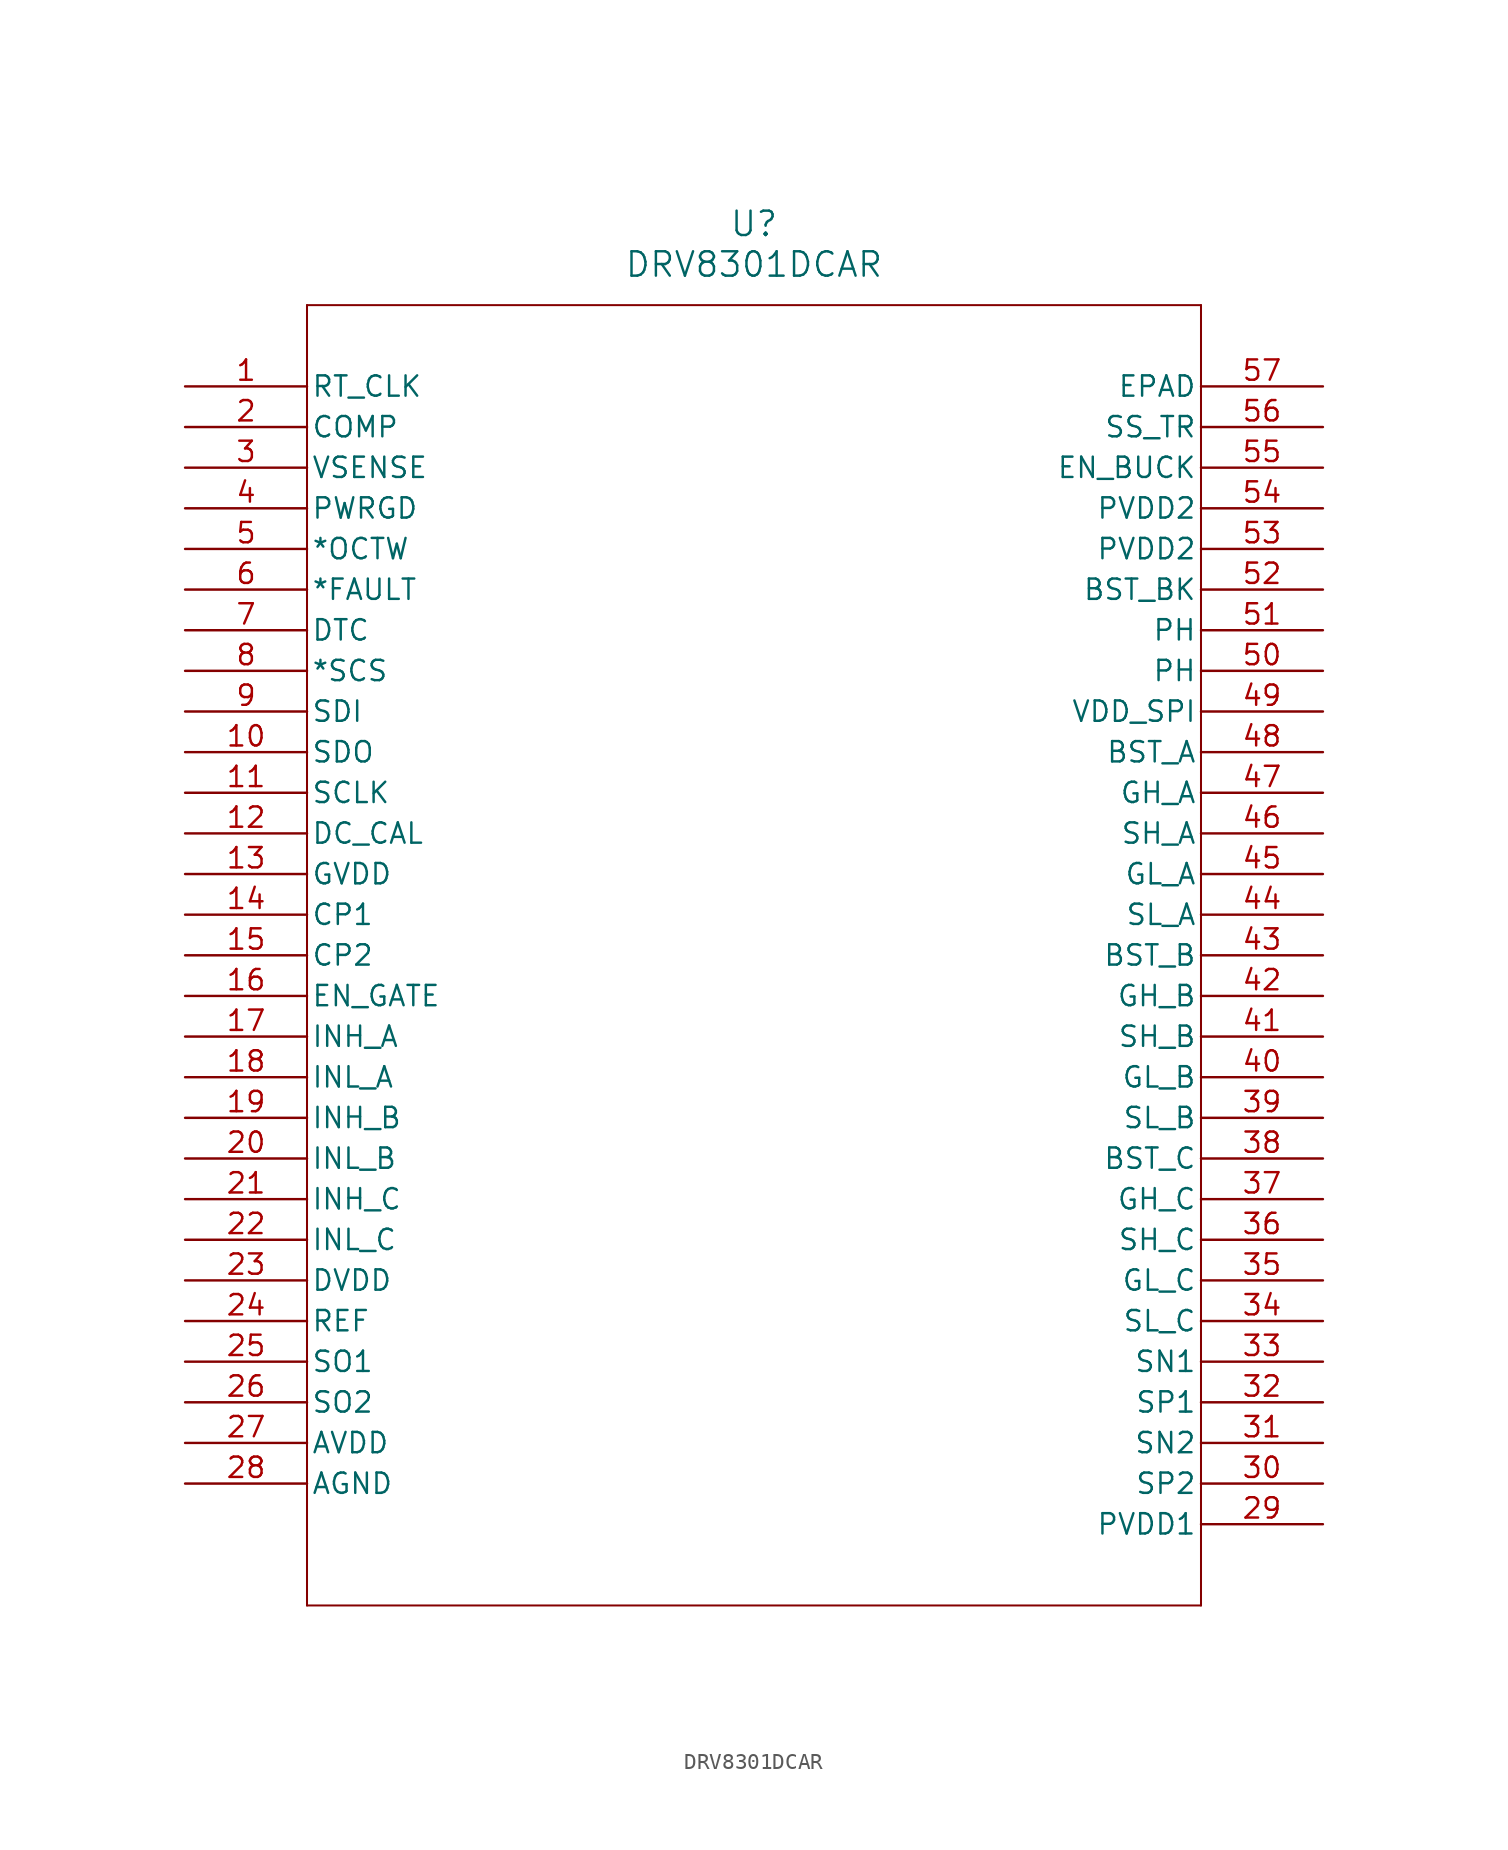
<source format=kicad_sym>
(kicad_symbol_lib
  (version 20211014)
  (generator kicad_symbol_editor)
  (symbol "DRV8301DCAR"
    (pin_names
      (offset 0.254))
    (property "Reference" "U"
      (at 35.56 10.16 0)
      (effects (font (size 1.524 1.524))))
    (property "Value" "DRV8301DCAR"
      (at 35.56 7.62 0)
      (effects (font (size 1.524 1.524))))
    (symbol "DRV8301DCAR_0_1"
      (polyline (pts (xy 7.62 5.08) (xy 7.62 -76.2)) (stroke (width 0.127) (type default) (color 0 0 0 0)) (fill (type none)))
      (polyline (pts (xy 7.62 -76.2) (xy 63.5 -76.2)) (stroke (width 0.127) (type default) (color 0 0 0 0)) (fill (type none)))
      (polyline (pts (xy 63.5 -76.2) (xy 63.5 5.08)) (stroke (width 0.127) (type default) (color 0 0 0 0)) (fill (type none)))
      (polyline (pts (xy 63.5 5.08) (xy 7.62 5.08)) (stroke (width 0.127) (type default) (color 0 0 0 0)) (fill (type none)))
      (pin input line (at 0 0 0) (length 7.62) (name "RT_CLK" (effects (font (size 1.27 1.27)))) (number "1" (effects (font (size 1.27 1.27)))))
      (pin output line (at 0 -2.54 0) (length 7.62) (name "COMP" (effects (font (size 1.27 1.27)))) (number "2" (effects (font (size 1.27 1.27)))))
      (pin input line (at 0 -5.08 0) (length 7.62) (name "VSENSE" (effects (font (size 1.27 1.27)))) (number "3" (effects (font (size 1.27 1.27)))))
      (pin input line (at 0 -7.62 0) (length 7.62) (name "PWRGD" (effects (font (size 1.27 1.27)))) (number "4" (effects (font (size 1.27 1.27)))))
      (pin output line (at 0 -10.16 0) (length 7.62) (name "*OCTW" (effects (font (size 1.27 1.27)))) (number "5" (effects (font (size 1.27 1.27)))))
      (pin output line (at 0 -12.7 0) (length 7.62) (name "*FAULT" (effects (font (size 1.27 1.27)))) (number "6" (effects (font (size 1.27 1.27)))))
      (pin input line (at 0 -15.24 0) (length 7.62) (name "DTC" (effects (font (size 1.27 1.27)))) (number "7" (effects (font (size 1.27 1.27)))))
      (pin input line (at 0 -17.78 0) (length 7.62) (name "*SCS" (effects (font (size 1.27 1.27)))) (number "8" (effects (font (size 1.27 1.27)))))
      (pin input line (at 0 -20.32 0) (length 7.62) (name "SDI" (effects (font (size 1.27 1.27)))) (number "9" (effects (font (size 1.27 1.27)))))
      (pin output line (at 0 -22.86 0) (length 7.62) (name "SDO" (effects (font (size 1.27 1.27)))) (number "10" (effects (font (size 1.27 1.27)))))
      (pin input line (at 0 -25.4 0) (length 7.62) (name "SCLK" (effects (font (size 1.27 1.27)))) (number "11" (effects (font (size 1.27 1.27)))))
      (pin input line (at 0 -27.94 0) (length 7.62) (name "DC_CAL" (effects (font (size 1.27 1.27)))) (number "12" (effects (font (size 1.27 1.27)))))
      (pin power_in line (at 0 -30.48 0) (length 7.62) (name "GVDD" (effects (font (size 1.27 1.27)))) (number "13" (effects (font (size 1.27 1.27)))))
      (pin power_in line (at 0 -33.02 0) (length 7.62) (name "CP1" (effects (font (size 1.27 1.27)))) (number "14" (effects (font (size 1.27 1.27)))))
      (pin power_in line (at 0 -35.56 0) (length 7.62) (name "CP2" (effects (font (size 1.27 1.27)))) (number "15" (effects (font (size 1.27 1.27)))))
      (pin input line (at 0 -38.1 0) (length 7.62) (name "EN_GATE" (effects (font (size 1.27 1.27)))) (number "16" (effects (font (size 1.27 1.27)))))
      (pin input line (at 0 -40.64 0) (length 7.62) (name "INH_A" (effects (font (size 1.27 1.27)))) (number "17" (effects (font (size 1.27 1.27)))))
      (pin input line (at 0 -43.18 0) (length 7.62) (name "INL_A" (effects (font (size 1.27 1.27)))) (number "18" (effects (font (size 1.27 1.27)))))
      (pin input line (at 0 -45.72 0) (length 7.62) (name "INH_B" (effects (font (size 1.27 1.27)))) (number "19" (effects (font (size 1.27 1.27)))))
      (pin input line (at 0 -48.26 0) (length 7.62) (name "INL_B" (effects (font (size 1.27 1.27)))) (number "20" (effects (font (size 1.27 1.27)))))
      (pin input line (at 0 -50.8 0) (length 7.62) (name "INH_C" (effects (font (size 1.27 1.27)))) (number "21" (effects (font (size 1.27 1.27)))))
      (pin input line (at 0 -53.34 0) (length 7.62) (name "INL_C" (effects (font (size 1.27 1.27)))) (number "22" (effects (font (size 1.27 1.27)))))
      (pin power_in line (at 0 -55.88 0) (length 7.62) (name "DVDD" (effects (font (size 1.27 1.27)))) (number "23" (effects (font (size 1.27 1.27)))))
      (pin input line (at 0 -58.42 0) (length 7.62) (name "REF" (effects (font (size 1.27 1.27)))) (number "24" (effects (font (size 1.27 1.27)))))
      (pin output line (at 0 -60.96 0) (length 7.62) (name "SO1" (effects (font (size 1.27 1.27)))) (number "25" (effects (font (size 1.27 1.27)))))
      (pin output line (at 0 -63.5 0) (length 7.62) (name "SO2" (effects (font (size 1.27 1.27)))) (number "26" (effects (font (size 1.27 1.27)))))
      (pin power_in line (at 0 -66.04 0) (length 7.62) (name "AVDD" (effects (font (size 1.27 1.27)))) (number "27" (effects (font (size 1.27 1.27)))))
      (pin power_in line (at 0 -68.58 0) (length 7.62) (name "AGND" (effects (font (size 1.27 1.27)))) (number "28" (effects (font (size 1.27 1.27)))))
      (pin power_in line (at 71.12 -71.12 180) (length 7.62) (name "PVDD1" (effects (font (size 1.27 1.27)))) (number "29" (effects (font (size 1.27 1.27)))))
      (pin input line (at 71.12 -68.58 180) (length 7.62) (name "SP2" (effects (font (size 1.27 1.27)))) (number "30" (effects (font (size 1.27 1.27)))))
      (pin input line (at 71.12 -66.04 180) (length 7.62) (name "SN2" (effects (font (size 1.27 1.27)))) (number "31" (effects (font (size 1.27 1.27)))))
      (pin input line (at 71.12 -63.5 180) (length 7.62) (name "SP1" (effects (font (size 1.27 1.27)))) (number "32" (effects (font (size 1.27 1.27)))))
      (pin input line (at 71.12 -60.96 180) (length 7.62) (name "SN1" (effects (font (size 1.27 1.27)))) (number "33" (effects (font (size 1.27 1.27)))))
      (pin input line (at 71.12 -58.42 180) (length 7.62) (name "SL_C" (effects (font (size 1.27 1.27)))) (number "34" (effects (font (size 1.27 1.27)))))
      (pin output line (at 71.12 -55.88 180) (length 7.62) (name "GL_C" (effects (font (size 1.27 1.27)))) (number "35" (effects (font (size 1.27 1.27)))))
      (pin input line (at 71.12 -53.34 180) (length 7.62) (name "SH_C" (effects (font (size 1.27 1.27)))) (number "36" (effects (font (size 1.27 1.27)))))
      (pin output line (at 71.12 -50.8 180) (length 7.62) (name "GH_C" (effects (font (size 1.27 1.27)))) (number "37" (effects (font (size 1.27 1.27)))))
      (pin power_in line (at 71.12 -48.26 180) (length 7.62) (name "BST_C" (effects (font (size 1.27 1.27)))) (number "38" (effects (font (size 1.27 1.27)))))
      (pin input line (at 71.12 -45.72 180) (length 7.62) (name "SL_B" (effects (font (size 1.27 1.27)))) (number "39" (effects (font (size 1.27 1.27)))))
      (pin output line (at 71.12 -43.18 180) (length 7.62) (name "GL_B" (effects (font (size 1.27 1.27)))) (number "40" (effects (font (size 1.27 1.27)))))
      (pin input line (at 71.12 -40.64 180) (length 7.62) (name "SH_B" (effects (font (size 1.27 1.27)))) (number "41" (effects (font (size 1.27 1.27)))))
      (pin output line (at 71.12 -38.1 180) (length 7.62) (name "GH_B" (effects (font (size 1.27 1.27)))) (number "42" (effects (font (size 1.27 1.27)))))
      (pin power_in line (at 71.12 -35.56 180) (length 7.62) (name "BST_B" (effects (font (size 1.27 1.27)))) (number "43" (effects (font (size 1.27 1.27)))))
      (pin input line (at 71.12 -33.02 180) (length 7.62) (name "SL_A" (effects (font (size 1.27 1.27)))) (number "44" (effects (font (size 1.27 1.27)))))
      (pin output line (at 71.12 -30.48 180) (length 7.62) (name "GL_A" (effects (font (size 1.27 1.27)))) (number "45" (effects (font (size 1.27 1.27)))))
      (pin input line (at 71.12 -27.94 180) (length 7.62) (name "SH_A" (effects (font (size 1.27 1.27)))) (number "46" (effects (font (size 1.27 1.27)))))
      (pin output line (at 71.12 -25.4 180) (length 7.62) (name "GH_A" (effects (font (size 1.27 1.27)))) (number "47" (effects (font (size 1.27 1.27)))))
      (pin power_in line (at 71.12 -22.86 180) (length 7.62) (name "BST_A" (effects (font (size 1.27 1.27)))) (number "48" (effects (font (size 1.27 1.27)))))
      (pin input line (at 71.12 -20.32 180) (length 7.62) (name "VDD_SPI" (effects (font (size 1.27 1.27)))) (number "49" (effects (font (size 1.27 1.27)))))
      (pin output line (at 71.12 -17.78 180) (length 7.62) (name "PH" (effects (font (size 1.27 1.27)))) (number "50" (effects (font (size 1.27 1.27)))))
      (pin output line (at 71.12 -15.24 180) (length 7.62) (name "PH" (effects (font (size 1.27 1.27)))) (number "51" (effects (font (size 1.27 1.27)))))
      (pin power_in line (at 71.12 -12.7 180) (length 7.62) (name "BST_BK" (effects (font (size 1.27 1.27)))) (number "52" (effects (font (size 1.27 1.27)))))
      (pin power_in line (at 71.12 -10.16 180) (length 7.62) (name "PVDD2" (effects (font (size 1.27 1.27)))) (number "53" (effects (font (size 1.27 1.27)))))
      (pin power_in line (at 71.12 -7.62 180) (length 7.62) (name "PVDD2" (effects (font (size 1.27 1.27)))) (number "54" (effects (font (size 1.27 1.27)))))
      (pin input line (at 71.12 -5.08 180) (length 7.62) (name "EN_BUCK" (effects (font (size 1.27 1.27)))) (number "55" (effects (font (size 1.27 1.27)))))
      (pin input line (at 71.12 -2.54 180) (length 7.62) (name "SS_TR" (effects (font (size 1.27 1.27)))) (number "56" (effects (font (size 1.27 1.27)))))
      (pin unspecified line (at 71.12 0 180) (length 7.62) (name "EPAD" (effects (font (size 1.27 1.27)))) (number "57" (effects (font (size 1.27 1.27))))))))
</source>
